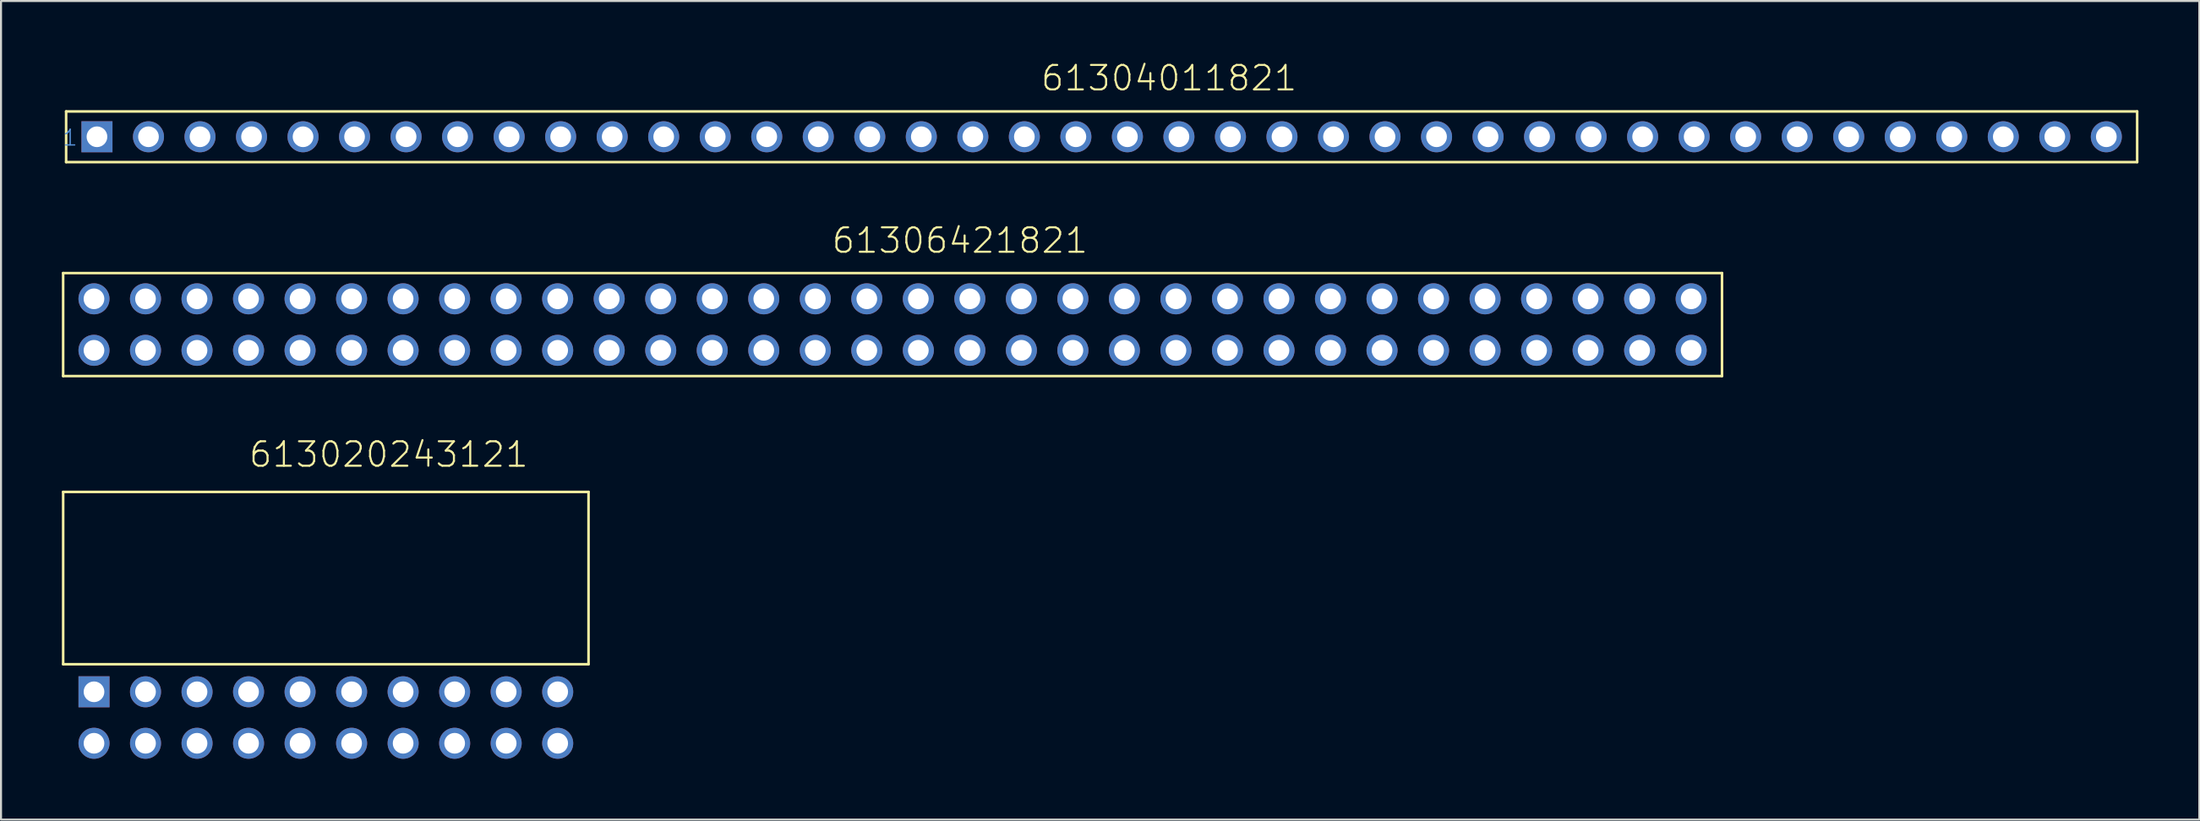
<source format=kicad_pcb>
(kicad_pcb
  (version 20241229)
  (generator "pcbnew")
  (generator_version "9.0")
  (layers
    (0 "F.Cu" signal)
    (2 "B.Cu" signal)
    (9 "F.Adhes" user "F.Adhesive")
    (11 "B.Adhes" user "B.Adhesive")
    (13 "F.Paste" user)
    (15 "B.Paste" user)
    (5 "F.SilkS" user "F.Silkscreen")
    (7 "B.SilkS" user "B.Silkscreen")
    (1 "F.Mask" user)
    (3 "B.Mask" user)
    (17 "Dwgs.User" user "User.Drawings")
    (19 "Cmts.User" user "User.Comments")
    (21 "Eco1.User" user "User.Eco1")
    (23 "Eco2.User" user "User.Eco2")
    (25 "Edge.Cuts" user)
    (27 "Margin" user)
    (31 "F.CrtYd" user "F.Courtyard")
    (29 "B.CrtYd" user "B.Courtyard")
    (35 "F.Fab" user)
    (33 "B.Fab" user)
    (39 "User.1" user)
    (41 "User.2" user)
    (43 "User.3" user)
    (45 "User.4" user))
  (footprint "613020243121"
    (layer "F.Cu")
    (at 13.014 31.076)
    (property "Reference" "613020243121" (at -3.86 -11 0) (layer "F.SilkS") (effects (font (size 1.206 1.206) (thickness 0.102)) (justify left bottom)))
    (attr through_hole)
    (fp_line (start -12.95 -9.86) (end -12.95 -1.36) (stroke (width 0.127) (type solid)) (layer "F.SilkS"))
    (fp_line (start -12.95 -9.86) (end 12.95 -9.86) (stroke (width 0.127) (type solid)) (layer "F.SilkS"))
    (fp_line (start -12.95 -1.36) (end 12.95 -1.36) (stroke (width 0.127) (type solid)) (layer "F.SilkS"))
    (fp_line (start 12.95 -1.36) (end 12.95 -9.86) (stroke (width 0.127) (type solid)) (layer "F.SilkS"))
    (pad "1" thru_hole rect (at -11.43 0) (size 1.53 1.53) (drill 1.02) (layers "*.Cu" "*.Mask"))
    (pad "2" thru_hole circle (at -8.89 0) (size 1.53 1.53) (drill 1.02) (layers "*.Cu" "*.Mask"))
    (pad "3" thru_hole circle (at -6.35 0) (size 1.53 1.53) (drill 1.02) (layers "*.Cu" "*.Mask"))
    (pad "4" thru_hole circle (at -3.81 0) (size 1.53 1.53) (drill 1.02) (layers "*.Cu" "*.Mask"))
    (pad "5" thru_hole circle (at -1.27 0) (size 1.53 1.53) (drill 1.02) (layers "*.Cu" "*.Mask"))
    (pad "6" thru_hole circle (at 1.27 0) (size 1.53 1.53) (drill 1.02) (layers "*.Cu" "*.Mask"))
    (pad "7" thru_hole circle (at 3.81 0) (size 1.53 1.53) (drill 1.02) (layers "*.Cu" "*.Mask"))
    (pad "8" thru_hole circle (at 6.35 0) (size 1.53 1.53) (drill 1.02) (layers "*.Cu" "*.Mask"))
    (pad "9" thru_hole circle (at 8.89 0) (size 1.53 1.53) (drill 1.02) (layers "*.Cu" "*.Mask"))
    (pad "10" thru_hole circle (at 11.43 0) (size 1.53 1.53) (drill 1.02) (layers "*.Cu" "*.Mask"))
    (pad "11" thru_hole circle (at 11.43 2.54) (size 1.53 1.53) (drill 1.02) (layers "*.Cu" "*.Mask"))
    (pad "12" thru_hole circle (at 8.89 2.54) (size 1.53 1.53) (drill 1.02) (layers "*.Cu" "*.Mask"))
    (pad "13" thru_hole circle (at 6.35 2.54) (size 1.53 1.53) (drill 1.02) (layers "*.Cu" "*.Mask"))
    (pad "14" thru_hole circle (at 3.81 2.54) (size 1.53 1.53) (drill 1.02) (layers "*.Cu" "*.Mask"))
    (pad "15" thru_hole circle (at 1.27 2.54) (size 1.53 1.53) (drill 1.02) (layers "*.Cu" "*.Mask"))
    (pad "16" thru_hole circle (at -1.27 2.54) (size 1.53 1.53) (drill 1.02) (layers "*.Cu" "*.Mask"))
    (pad "17" thru_hole circle (at -3.81 2.54) (size 1.53 1.53) (drill 1.02) (layers "*.Cu" "*.Mask"))
    (pad "18" thru_hole circle (at -6.35 2.54) (size 1.53 1.53) (drill 1.02) (layers "*.Cu" "*.Mask"))
    (pad "19" thru_hole circle (at -8.89 2.54) (size 1.53 1.53) (drill 1.02) (layers "*.Cu" "*.Mask"))
    (pad "20" thru_hole circle (at -11.43 2.54) (size 1.53 1.53) (drill 1.02) (layers "*.Cu" "*.Mask")))
  (footprint "61306421821"
    (layer "F.Cu")
    (at 40.953 12.961)
    (property "Reference" "61306421821" (at -3.063 -3.44 0) (layer "F.SilkS") (effects (font (size 1.206 1.206) (thickness 0.102)) (justify left bottom)))
    (attr through_hole)
    (fp_line (start -40.89 -2.54) (end -40.89 2.54) (stroke (width 0.127) (type solid)) (layer "F.SilkS"))
    (fp_line (start -40.89 2.54) (end 40.89 2.54) (stroke (width 0.127) (type solid)) (layer "F.SilkS"))
    (fp_line (start 40.89 -2.54) (end -40.89 -2.54) (stroke (width 0.127) (type solid)) (layer "F.SilkS"))
    (fp_line (start 40.89 2.54) (end 40.89 -2.54) (stroke (width 0.127) (type solid)) (layer "F.SilkS"))
    (fp_text user "1" (at -39.6 -1 0) (layer "Cmts.User") (effects (font (size 0.579 0.579) (thickness 0.049)) (justify left bottom)))
    (pad "1" thru_hole circle (at -39.37 -1.27) (size 1.53 1.53) (drill 1.02) (layers "*.Cu" "*.Mask"))
    (pad "2" thru_hole circle (at -36.83 -1.27) (size 1.53 1.53) (drill 1.02) (layers "*.Cu" "*.Mask"))
    (pad "3" thru_hole circle (at -34.29 -1.27) (size 1.53 1.53) (drill 1.02) (layers "*.Cu" "*.Mask"))
    (pad "4" thru_hole circle (at -31.75 -1.27) (size 1.53 1.53) (drill 1.02) (layers "*.Cu" "*.Mask"))
    (pad "5" thru_hole circle (at -29.21 -1.27) (size 1.53 1.53) (drill 1.02) (layers "*.Cu" "*.Mask"))
    (pad "6" thru_hole circle (at -26.67 -1.27) (size 1.53 1.53) (drill 1.02) (layers "*.Cu" "*.Mask"))
    (pad "7" thru_hole circle (at -24.13 -1.27) (size 1.53 1.53) (drill 1.02) (layers "*.Cu" "*.Mask"))
    (pad "8" thru_hole circle (at -21.59 -1.27) (size 1.53 1.53) (drill 1.02) (layers "*.Cu" "*.Mask"))
    (pad "9" thru_hole circle (at -19.05 -1.27) (size 1.53 1.53) (drill 1.02) (layers "*.Cu" "*.Mask"))
    (pad "10" thru_hole circle (at -16.51 -1.27) (size 1.53 1.53) (drill 1.02) (layers "*.Cu" "*.Mask"))
    (pad "11" thru_hole circle (at -13.97 -1.27) (size 1.53 1.53) (drill 1.02) (layers "*.Cu" "*.Mask"))
    (pad "12" thru_hole circle (at -11.43 -1.27) (size 1.53 1.53) (drill 1.02) (layers "*.Cu" "*.Mask"))
    (pad "13" thru_hole circle (at -8.89 -1.27) (size 1.53 1.53) (drill 1.02) (layers "*.Cu" "*.Mask"))
    (pad "14" thru_hole circle (at -6.35 -1.27) (size 1.53 1.53) (drill 1.02) (layers "*.Cu" "*.Mask"))
    (pad "15" thru_hole circle (at -3.81 -1.27) (size 1.53 1.53) (drill 1.02) (layers "*.Cu" "*.Mask"))
    (pad "16" thru_hole circle (at -1.27 -1.27) (size 1.53 1.53) (drill 1.02) (layers "*.Cu" "*.Mask"))
    (pad "17" thru_hole circle (at 1.27 -1.27) (size 1.53 1.53) (drill 1.02) (layers "*.Cu" "*.Mask"))
    (pad "18" thru_hole circle (at 3.81 -1.27) (size 1.53 1.53) (drill 1.02) (layers "*.Cu" "*.Mask"))
    (pad "19" thru_hole circle (at 6.35 -1.27) (size 1.53 1.53) (drill 1.02) (layers "*.Cu" "*.Mask"))
    (pad "20" thru_hole circle (at 8.89 -1.27) (size 1.53 1.53) (drill 1.02) (layers "*.Cu" "*.Mask"))
    (pad "21" thru_hole circle (at 11.43 -1.27) (size 1.53 1.53) (drill 1.02) (layers "*.Cu" "*.Mask"))
    (pad "22" thru_hole circle (at 13.97 -1.27) (size 1.53 1.53) (drill 1.02) (layers "*.Cu" "*.Mask"))
    (pad "23" thru_hole circle (at 16.51 -1.27) (size 1.53 1.53) (drill 1.02) (layers "*.Cu" "*.Mask"))
    (pad "24" thru_hole circle (at 19.05 -1.27) (size 1.53 1.53) (drill 1.02) (layers "*.Cu" "*.Mask"))
    (pad "25" thru_hole circle (at 21.59 -1.27) (size 1.53 1.53) (drill 1.02) (layers "*.Cu" "*.Mask"))
    (pad "26" thru_hole circle (at 24.13 -1.27) (size 1.53 1.53) (drill 1.02) (layers "*.Cu" "*.Mask"))
    (pad "27" thru_hole circle (at 26.67 -1.27) (size 1.53 1.53) (drill 1.02) (layers "*.Cu" "*.Mask"))
    (pad "28" thru_hole circle (at 29.21 -1.27) (size 1.53 1.53) (drill 1.02) (layers "*.Cu" "*.Mask"))
    (pad "29" thru_hole circle (at 31.75 -1.27) (size 1.53 1.53) (drill 1.02) (layers "*.Cu" "*.Mask"))
    (pad "30" thru_hole circle (at 34.29 -1.27) (size 1.53 1.53) (drill 1.02) (layers "*.Cu" "*.Mask"))
    (pad "31" thru_hole circle (at 36.83 -1.27) (size 1.53 1.53) (drill 1.02) (layers "*.Cu" "*.Mask"))
    (pad "32" thru_hole circle (at 39.37 -1.27) (size 1.53 1.53) (drill 1.02) (layers "*.Cu" "*.Mask"))
    (pad "33" thru_hole circle (at 39.37 1.27) (size 1.53 1.53) (drill 1.02) (layers "*.Cu" "*.Mask"))
    (pad "34" thru_hole circle (at 36.83 1.27) (size 1.53 1.53) (drill 1.02) (layers "*.Cu" "*.Mask"))
    (pad "35" thru_hole circle (at 34.29 1.27) (size 1.53 1.53) (drill 1.02) (layers "*.Cu" "*.Mask"))
    (pad "36" thru_hole circle (at 31.75 1.27) (size 1.53 1.53) (drill 1.02) (layers "*.Cu" "*.Mask"))
    (pad "37" thru_hole circle (at 29.21 1.27) (size 1.53 1.53) (drill 1.02) (layers "*.Cu" "*.Mask"))
    (pad "38" thru_hole circle (at 26.67 1.27) (size 1.53 1.53) (drill 1.02) (layers "*.Cu" "*.Mask"))
    (pad "39" thru_hole circle (at 24.13 1.27) (size 1.53 1.53) (drill 1.02) (layers "*.Cu" "*.Mask"))
    (pad "40" thru_hole circle (at 21.59 1.27) (size 1.53 1.53) (drill 1.02) (layers "*.Cu" "*.Mask"))
    (pad "41" thru_hole circle (at 19.05 1.27) (size 1.53 1.53) (drill 1.02) (layers "*.Cu" "*.Mask"))
    (pad "42" thru_hole circle (at 16.51 1.27) (size 1.53 1.53) (drill 1.02) (layers "*.Cu" "*.Mask"))
    (pad "43" thru_hole circle (at 13.97 1.27) (size 1.53 1.53) (drill 1.02) (layers "*.Cu" "*.Mask"))
    (pad "44" thru_hole circle (at 11.43 1.27) (size 1.53 1.53) (drill 1.02) (layers "*.Cu" "*.Mask"))
    (pad "45" thru_hole circle (at 8.89 1.27) (size 1.53 1.53) (drill 1.02) (layers "*.Cu" "*.Mask"))
    (pad "46" thru_hole circle (at 6.35 1.27) (size 1.53 1.53) (drill 1.02) (layers "*.Cu" "*.Mask"))
    (pad "47" thru_hole circle (at 3.81 1.27) (size 1.53 1.53) (drill 1.02) (layers "*.Cu" "*.Mask"))
    (pad "48" thru_hole circle (at 1.27 1.27) (size 1.53 1.53) (drill 1.02) (layers "*.Cu" "*.Mask"))
    (pad "49" thru_hole circle (at -1.27 1.27) (size 1.53 1.53) (drill 1.02) (layers "*.Cu" "*.Mask"))
    (pad "50" thru_hole circle (at -3.81 1.27) (size 1.53 1.53) (drill 1.02) (layers "*.Cu" "*.Mask"))
    (pad "51" thru_hole circle (at -6.35 1.27) (size 1.53 1.53) (drill 1.02) (layers "*.Cu" "*.Mask"))
    (pad "52" thru_hole circle (at -8.89 1.27) (size 1.53 1.53) (drill 1.02) (layers "*.Cu" "*.Mask"))
    (pad "53" thru_hole circle (at -11.43 1.27) (size 1.53 1.53) (drill 1.02) (layers "*.Cu" "*.Mask"))
    (pad "54" thru_hole circle (at -13.97 1.27) (size 1.53 1.53) (drill 1.02) (layers "*.Cu" "*.Mask"))
    (pad "55" thru_hole circle (at -16.51 1.27) (size 1.53 1.53) (drill 1.02) (layers "*.Cu" "*.Mask"))
    (pad "56" thru_hole circle (at -19.05 1.27) (size 1.53 1.53) (drill 1.02) (layers "*.Cu" "*.Mask"))
    (pad "57" thru_hole circle (at -21.59 1.27) (size 1.53 1.53) (drill 1.02) (layers "*.Cu" "*.Mask"))
    (pad "58" thru_hole circle (at -24.13 1.27) (size 1.53 1.53) (drill 1.02) (layers "*.Cu" "*.Mask"))
    (pad "59" thru_hole circle (at -26.67 1.27) (size 1.53 1.53) (drill 1.02) (layers "*.Cu" "*.Mask"))
    (pad "60" thru_hole circle (at -29.21 1.27) (size 1.53 1.53) (drill 1.02) (layers "*.Cu" "*.Mask"))
    (pad "61" thru_hole circle (at -31.75 1.27) (size 1.53 1.53) (drill 1.02) (layers "*.Cu" "*.Mask"))
    (pad "62" thru_hole circle (at -34.29 1.27) (size 1.53 1.53) (drill 1.02) (layers "*.Cu" "*.Mask"))
    (pad "63" thru_hole circle (at -36.83 1.27) (size 1.53 1.53) (drill 1.02) (layers "*.Cu" "*.Mask"))
    (pad "64" thru_hole circle (at -39.37 1.27) (size 1.53 1.53) (drill 1.02) (layers "*.Cu" "*.Mask")))
  (footprint "61304011821"
    (layer "F.Cu")
    (at 51.26 3.697)
    (property "Reference" "61304011821" (at -3.063 -2.185 0) (layer "F.SilkS") (effects (font (size 1.206 1.206) (thickness 0.102)) (justify left bottom)))
    (attr through_hole)
    (fp_line (start -51.05 -1.25) (end -51.05 1.25) (stroke (width 0.127) (type solid)) (layer "F.SilkS"))
    (fp_line (start -51.05 1.25) (end 51.05 1.25) (stroke (width 0.127) (type solid)) (layer "F.SilkS"))
    (fp_line (start 51.05 -1.25) (end -51.05 -1.25) (stroke (width 0.127) (type solid)) (layer "F.SilkS"))
    (fp_line (start 51.05 1.25) (end 51.05 -1.25) (stroke (width 0.127) (type solid)) (layer "F.SilkS"))
    (fp_text user "1" (at -51.26 0.5 0) (layer "Cmts.User") (effects (font (size 0.772 0.772) (thickness 0.065)) (justify left bottom)))
    (pad "1" thru_hole rect (at -49.53 0) (size 1.53 1.53) (drill 1.02) (layers "*.Cu" "*.Mask"))
    (pad "2" thru_hole circle (at -46.99 0) (size 1.53 1.53) (drill 1.02) (layers "*.Cu" "*.Mask"))
    (pad "3" thru_hole circle (at -44.45 0) (size 1.53 1.53) (drill 1.02) (layers "*.Cu" "*.Mask"))
    (pad "4" thru_hole circle (at -41.91 0) (size 1.53 1.53) (drill 1.02) (layers "*.Cu" "*.Mask"))
    (pad "5" thru_hole circle (at -39.37 0) (size 1.53 1.53) (drill 1.02) (layers "*.Cu" "*.Mask"))
    (pad "6" thru_hole circle (at -36.83 0) (size 1.53 1.53) (drill 1.02) (layers "*.Cu" "*.Mask"))
    (pad "7" thru_hole circle (at -34.29 0) (size 1.53 1.53) (drill 1.02) (layers "*.Cu" "*.Mask"))
    (pad "8" thru_hole circle (at -31.75 0) (size 1.53 1.53) (drill 1.02) (layers "*.Cu" "*.Mask"))
    (pad "9" thru_hole circle (at -29.21 0) (size 1.53 1.53) (drill 1.02) (layers "*.Cu" "*.Mask"))
    (pad "10" thru_hole circle (at -26.67 0) (size 1.53 1.53) (drill 1.02) (layers "*.Cu" "*.Mask"))
    (pad "11" thru_hole circle (at -24.13 0) (size 1.53 1.53) (drill 1.02) (layers "*.Cu" "*.Mask"))
    (pad "12" thru_hole circle (at -21.59 0) (size 1.53 1.53) (drill 1.02) (layers "*.Cu" "*.Mask"))
    (pad "13" thru_hole circle (at -19.05 0) (size 1.53 1.53) (drill 1.02) (layers "*.Cu" "*.Mask"))
    (pad "14" thru_hole circle (at -16.51 0) (size 1.53 1.53) (drill 1.02) (layers "*.Cu" "*.Mask"))
    (pad "15" thru_hole circle (at -13.97 0) (size 1.53 1.53) (drill 1.02) (layers "*.Cu" "*.Mask"))
    (pad "16" thru_hole circle (at -11.43 0) (size 1.53 1.53) (drill 1.02) (layers "*.Cu" "*.Mask"))
    (pad "17" thru_hole circle (at -8.89 0) (size 1.53 1.53) (drill 1.02) (layers "*.Cu" "*.Mask"))
    (pad "18" thru_hole circle (at -6.35 0) (size 1.53 1.53) (drill 1.02) (layers "*.Cu" "*.Mask"))
    (pad "19" thru_hole circle (at -3.81 0) (size 1.53 1.53) (drill 1.02) (layers "*.Cu" "*.Mask"))
    (pad "20" thru_hole circle (at -1.27 0) (size 1.53 1.53) (drill 1.02) (layers "*.Cu" "*.Mask"))
    (pad "21" thru_hole circle (at 1.27 0) (size 1.53 1.53) (drill 1.02) (layers "*.Cu" "*.Mask"))
    (pad "22" thru_hole circle (at 3.81 0) (size 1.53 1.53) (drill 1.02) (layers "*.Cu" "*.Mask"))
    (pad "23" thru_hole circle (at 6.35 0) (size 1.53 1.53) (drill 1.02) (layers "*.Cu" "*.Mask"))
    (pad "24" thru_hole circle (at 8.89 0) (size 1.53 1.53) (drill 1.02) (layers "*.Cu" "*.Mask"))
    (pad "25" thru_hole circle (at 11.43 0) (size 1.53 1.53) (drill 1.02) (layers "*.Cu" "*.Mask"))
    (pad "26" thru_hole circle (at 13.97 0) (size 1.53 1.53) (drill 1.02) (layers "*.Cu" "*.Mask"))
    (pad "27" thru_hole circle (at 16.51 0) (size 1.53 1.53) (drill 1.02) (layers "*.Cu" "*.Mask"))
    (pad "28" thru_hole circle (at 19.05 0) (size 1.53 1.53) (drill 1.02) (layers "*.Cu" "*.Mask"))
    (pad "29" thru_hole circle (at 21.59 0) (size 1.53 1.53) (drill 1.02) (layers "*.Cu" "*.Mask"))
    (pad "30" thru_hole circle (at 24.13 0) (size 1.53 1.53) (drill 1.02) (layers "*.Cu" "*.Mask"))
    (pad "31" thru_hole circle (at 26.67 0) (size 1.53 1.53) (drill 1.02) (layers "*.Cu" "*.Mask"))
    (pad "32" thru_hole circle (at 29.21 0) (size 1.53 1.53) (drill 1.02) (layers "*.Cu" "*.Mask"))
    (pad "33" thru_hole circle (at 31.75 0) (size 1.53 1.53) (drill 1.02) (layers "*.Cu" "*.Mask"))
    (pad "34" thru_hole circle (at 34.29 0) (size 1.53 1.53) (drill 1.02) (layers "*.Cu" "*.Mask"))
    (pad "35" thru_hole circle (at 36.83 0) (size 1.53 1.53) (drill 1.02) (layers "*.Cu" "*.Mask"))
    (pad "36" thru_hole circle (at 39.37 0) (size 1.53 1.53) (drill 1.02) (layers "*.Cu" "*.Mask"))
    (pad "37" thru_hole circle (at 41.91 0) (size 1.53 1.53) (drill 1.02) (layers "*.Cu" "*.Mask"))
    (pad "38" thru_hole circle (at 44.45 0) (size 1.53 1.53) (drill 1.02) (layers "*.Cu" "*.Mask"))
    (pad "39" thru_hole circle (at 46.99 0) (size 1.53 1.53) (drill 1.02) (layers "*.Cu" "*.Mask"))
    (pad "40" thru_hole circle (at 49.53 0) (size 1.53 1.53) (drill 1.02) (layers "*.Cu" "*.Mask")))
  (gr_rect
    (start -3 -3)
    (end 105.374 37.381)
    (stroke (width 0.1) (type default))
    (fill no)
    (layer "Edge.Cuts")))
</source>
